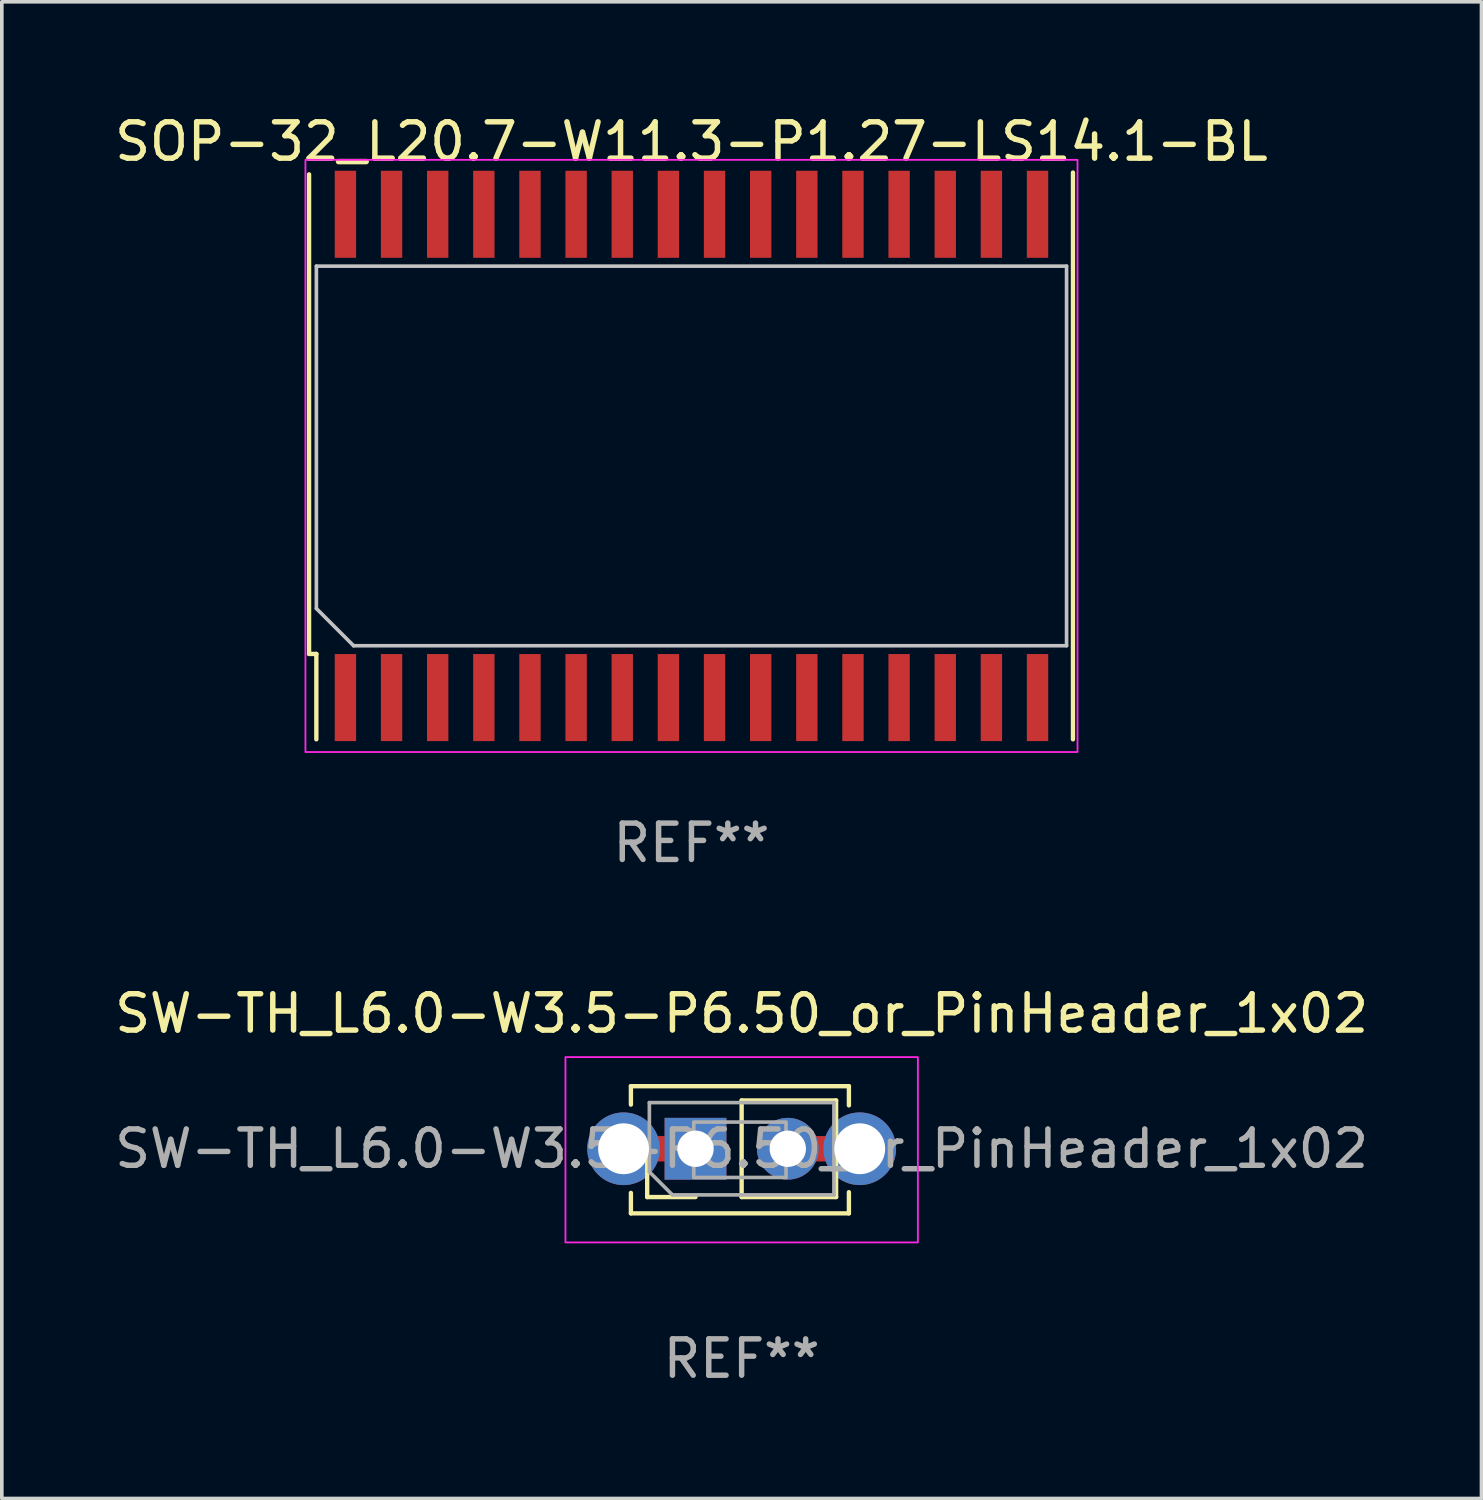
<source format=kicad_pcb>
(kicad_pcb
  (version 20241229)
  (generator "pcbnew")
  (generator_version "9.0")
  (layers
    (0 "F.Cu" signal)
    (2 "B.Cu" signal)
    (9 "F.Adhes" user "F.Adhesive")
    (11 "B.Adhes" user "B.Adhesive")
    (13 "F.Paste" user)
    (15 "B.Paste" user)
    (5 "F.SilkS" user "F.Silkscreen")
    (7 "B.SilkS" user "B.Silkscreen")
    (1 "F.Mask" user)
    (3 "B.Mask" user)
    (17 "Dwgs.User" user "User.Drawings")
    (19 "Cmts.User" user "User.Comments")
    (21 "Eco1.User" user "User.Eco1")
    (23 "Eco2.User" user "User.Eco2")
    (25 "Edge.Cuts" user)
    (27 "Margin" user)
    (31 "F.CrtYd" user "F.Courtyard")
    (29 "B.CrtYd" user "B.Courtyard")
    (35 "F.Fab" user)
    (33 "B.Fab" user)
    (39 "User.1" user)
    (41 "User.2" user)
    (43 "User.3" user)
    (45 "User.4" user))
  (footprint "SW-TH_L6.0-W3.5-P6.50_or_PinHeader_1x02"
    (layer "F.Cu")
    (at 17.363 28.596)
    (property "Reference" "SW-TH_L6.0-W3.5-P6.50_or_PinHeader_1x02" (at 0 -3.75 0) (layer "F.SilkS") (effects (font (size 1 1) (thickness 0.15))))
    (attr through_hole)
    (fp_line (start -3.25 -0.028) (end -1.27 -0.028) (stroke (width 0.7) (type solid)) (layer "F.Cu"))
    (fp_line (start 1.27 -0.028) (end 3.25 -0.028) (stroke (width 0.7) (type solid)) (layer "F.Cu"))
    (fp_line (start -3.048 -1.75) (end -3.048 -1.242) (stroke (width 0.12) (type solid)) (layer "F.SilkS"))
    (fp_line (start -3.048 -1.75) (end 2.952 -1.75) (stroke (width 0.12) (type solid)) (layer "F.SilkS"))
    (fp_line (start -3.048 1.187) (end -3.048 1.75) (stroke (width 0.12) (type solid)) (layer "F.SilkS"))
    (fp_line (start -2.6 1.302) (end -2.6 -0.028) (stroke (width 0.12) (type solid)) (layer "F.SilkS"))
    (fp_line (start -1.27 1.302) (end -2.6 1.302) (stroke (width 0.12) (type solid)) (layer "F.SilkS"))
    (fp_line (start 0 -1.358) (end 2.6 -1.358) (stroke (width 0.12) (type solid)) (layer "F.SilkS"))
    (fp_line (start 0 1.302) (end 0 -1.358) (stroke (width 0.12) (type solid)) (layer "F.SilkS"))
    (fp_line (start 0 1.302) (end 2.6 1.302) (stroke (width 0.12) (type solid)) (layer "F.SilkS"))
    (fp_line (start 2.6 1.302) (end 2.6 -1.358) (stroke (width 0.12) (type solid)) (layer "F.SilkS"))
    (fp_line (start 2.952 -1.75) (end 2.952 -1.222) (stroke (width 0.12) (type solid)) (layer "F.SilkS"))
    (fp_line (start 2.952 1.167) (end 2.952 1.75) (stroke (width 0.12) (type solid)) (layer "F.SilkS"))
    (fp_line (start 2.952 1.75) (end -3.048 1.75) (stroke (width 0.12) (type solid)) (layer "F.SilkS"))
    (fp_rect (start -4.85 -2.55) (end 4.85 2.55) (stroke (width 0.05) (type solid)) (fill no) (layer "F.CrtYd"))
    (fp_line (start -2.54 -1.298) (end 2.54 -1.298) (stroke (width 0.1) (type solid)) (layer "F.Fab"))
    (fp_line (start -2.54 0.607) (end -2.54 -1.298) (stroke (width 0.1) (type solid)) (layer "F.Fab"))
    (fp_line (start -1.905 1.242) (end -2.54 0.607) (stroke (width 0.1) (type solid)) (layer "F.Fab"))
    (fp_line (start 2.54 -1.298) (end 2.54 1.242) (stroke (width 0.1) (type solid)) (layer "F.Fab"))
    (fp_line (start 2.54 1.242) (end -1.905 1.242) (stroke (width 0.1) (type solid)) (layer "F.Fab"))
    (fp_rect (start -1.318 -0.762) (end 1.222 0.762) (stroke (width 0.1) (type solid)) (fill no) (layer "F.Fab"))
    (fp_text user "${REFERENCE}" (at 0 -0.028 180) (layer "F.Fab") (effects (font (size 1 1) (thickness 0.15))))
    (fp_text user "REF**" (at 0 5.75 0) (layer "F.Fab") (effects (font (size 1 1) (thickness 0.15))))
    (pad "1" thru_hole circle (at -3.25 -0.028) (size 2 2) (drill 1.4) (layers "*.Cu" "*.Mask"))
    (pad "1" thru_hole rect (at -1.27 -0.028 90) (size 1.7 1.7) (drill 1) (layers "*.Cu" "*.Mask"))
    (pad "2" thru_hole oval (at 1.27 -0.028 90) (size 1.7 1.7) (drill 1) (layers "*.Cu" "*.Mask"))
    (pad "2" thru_hole circle (at 3.25 -0.028) (size 2 2) (drill 1.4) (layers "*.Cu" "*.Mask")))
  (footprint "SOP-32_L20.7-W11.3-P1.27-LS14.1-BL"
    (layer "F.Cu")
    (at 15.982 9.499)
    (property "Reference" "SOP-32_L20.7-W11.3-P1.27-LS14.1-BL" (at 0 -8.651 0) (layer "F.SilkS") (effects (font (size 1 1) (thickness 0.15))))
    (attr smd)
    (fp_line (start -10.525 5.45) (end -10.525 -7.75) (stroke (width 0.12) (type solid)) (layer "F.SilkS"))
    (fp_line (start -10.525 5.45) (end -10.325 5.45) (stroke (width 0.12) (type solid)) (layer "F.SilkS"))
    (fp_line (start -10.325 5.45) (end -10.325 7.8) (stroke (width 0.12) (type solid)) (layer "F.SilkS"))
    (fp_line (start 10.5 7.8) (end 10.5 -7.8) (stroke (width 0.12) (type solid)) (layer "F.SilkS"))
    (fp_line (start -10.324 -5.224) (end 10.324 -5.224) (stroke (width 0.1) (type solid)) (layer "Dwgs.User"))
    (fp_line (start -10.324 4.2) (end -10.324 -5.224) (stroke (width 0.1) (type solid)) (layer "Dwgs.User"))
    (fp_line (start -10.324 4.2) (end -9.3 5.224) (stroke (width 0.1) (type solid)) (layer "Dwgs.User"))
    (fp_line (start 10.324 -5.224) (end 10.324 5.224) (stroke (width 0.1) (type solid)) (layer "Dwgs.User"))
    (fp_line (start 10.324 5.224) (end -9.3 5.224) (stroke (width 0.1) (type solid)) (layer "Dwgs.User"))
    (fp_rect (start -10.625 -8.15) (end 10.625 8.15) (stroke (width 0.05) (type solid)) (fill no) (layer "F.CrtYd"))
    (fp_text user "REF**" (at 0 10.651 0) (layer "F.Fab") (effects (font (size 1 1) (thickness 0.15))))
    (pad "1" smd rect (at -9.525 6.651) (size 0.588 2.396) (layers "F.Cu" "F.Mask" "F.Paste"))
    (pad "2" smd rect (at -8.255 6.651) (size 0.588 2.396) (layers "F.Cu" "F.Mask" "F.Paste"))
    (pad "3" smd rect (at -6.985 6.651) (size 0.588 2.396) (layers "F.Cu" "F.Mask" "F.Paste"))
    (pad "4" smd rect (at -5.715 6.651) (size 0.588 2.396) (layers "F.Cu" "F.Mask" "F.Paste"))
    (pad "5" smd rect (at -4.445 6.651) (size 0.588 2.396) (layers "F.Cu" "F.Mask" "F.Paste"))
    (pad "6" smd rect (at -3.175 6.651) (size 0.588 2.396) (layers "F.Cu" "F.Mask" "F.Paste"))
    (pad "7" smd rect (at -1.905 6.651) (size 0.588 2.396) (layers "F.Cu" "F.Mask" "F.Paste"))
    (pad "8" smd rect (at -0.635 6.651) (size 0.588 2.396) (layers "F.Cu" "F.Mask" "F.Paste"))
    (pad "9" smd rect (at 0.635 6.651) (size 0.588 2.396) (layers "F.Cu" "F.Mask" "F.Paste"))
    (pad "10" smd rect (at 1.905 6.651) (size 0.588 2.396) (layers "F.Cu" "F.Mask" "F.Paste"))
    (pad "11" smd rect (at 3.175 6.651) (size 0.588 2.396) (layers "F.Cu" "F.Mask" "F.Paste"))
    (pad "12" smd rect (at 4.445 6.651) (size 0.588 2.396) (layers "F.Cu" "F.Mask" "F.Paste"))
    (pad "13" smd rect (at 5.715 6.651) (size 0.588 2.396) (layers "F.Cu" "F.Mask" "F.Paste"))
    (pad "14" smd rect (at 6.985 6.651) (size 0.588 2.396) (layers "F.Cu" "F.Mask" "F.Paste"))
    (pad "15" smd rect (at 8.255 6.651) (size 0.588 2.396) (layers "F.Cu" "F.Mask" "F.Paste"))
    (pad "16" smd rect (at 9.525 6.651) (size 0.588 2.396) (layers "F.Cu" "F.Mask" "F.Paste"))
    (pad "17" smd rect (at 9.525 -6.651) (size 0.588 2.396) (layers "F.Cu" "F.Mask" "F.Paste"))
    (pad "18" smd rect (at 8.255 -6.651) (size 0.588 2.396) (layers "F.Cu" "F.Mask" "F.Paste"))
    (pad "19" smd rect (at 6.985 -6.651) (size 0.588 2.396) (layers "F.Cu" "F.Mask" "F.Paste"))
    (pad "20" smd rect (at 5.715 -6.651) (size 0.588 2.396) (layers "F.Cu" "F.Mask" "F.Paste"))
    (pad "21" smd rect (at 4.445 -6.651) (size 0.588 2.396) (layers "F.Cu" "F.Mask" "F.Paste"))
    (pad "22" smd rect (at 3.175 -6.651) (size 0.588 2.396) (layers "F.Cu" "F.Mask" "F.Paste"))
    (pad "23" smd rect (at 1.905 -6.651) (size 0.588 2.396) (layers "F.Cu" "F.Mask" "F.Paste"))
    (pad "24" smd rect (at 0.635 -6.651) (size 0.588 2.396) (layers "F.Cu" "F.Mask" "F.Paste"))
    (pad "25" smd rect (at -0.635 -6.651) (size 0.588 2.396) (layers "F.Cu" "F.Mask" "F.Paste"))
    (pad "26" smd rect (at -1.905 -6.651) (size 0.588 2.396) (layers "F.Cu" "F.Mask" "F.Paste"))
    (pad "27" smd rect (at -3.175 -6.651) (size 0.588 2.396) (layers "F.Cu" "F.Mask" "F.Paste"))
    (pad "28" smd rect (at -4.445 -6.651) (size 0.588 2.396) (layers "F.Cu" "F.Mask" "F.Paste"))
    (pad "29" smd rect (at -5.715 -6.651) (size 0.588 2.396) (layers "F.Cu" "F.Mask" "F.Paste"))
    (pad "30" smd rect (at -6.985 -6.651) (size 0.588 2.396) (layers "F.Cu" "F.Mask" "F.Paste"))
    (pad "31" smd rect (at -8.255 -6.651) (size 0.588 2.396) (layers "F.Cu" "F.Mask" "F.Paste"))
    (pad "32" smd rect (at -9.525 -6.651) (size 0.588 2.396) (layers "F.Cu" "F.Mask" "F.Paste")))
  (gr_rect
    (start -3 -3)
    (end 37.726 38.194)
    (stroke (width 0.1) (type default))
    (fill no)
    (layer "Edge.Cuts")))
</source>
